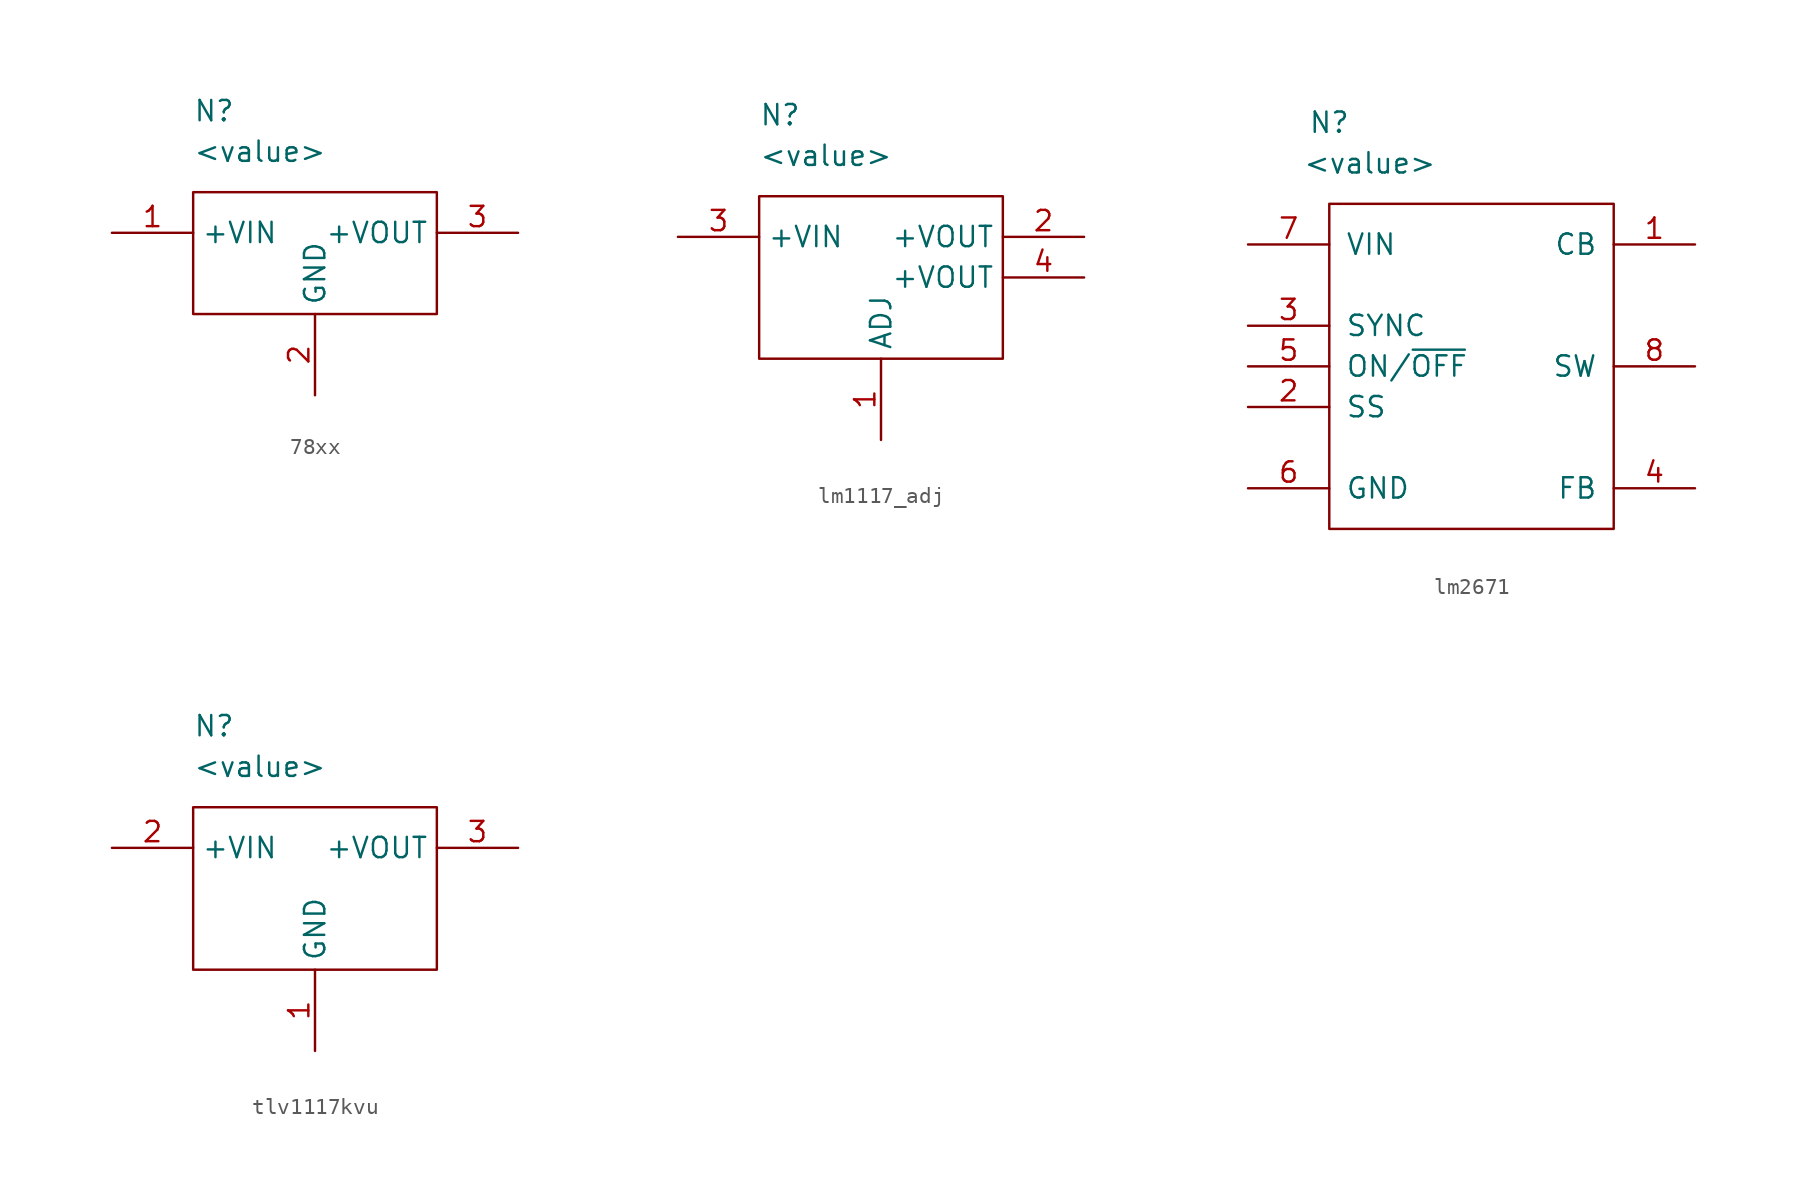
<source format=kicad_sym>
(kicad_symbol_lib
  (version 20231120)
  (generator "kicad_symbol_editor")
  (generator_version "8.0")
  (symbol "78xx"
    (property "Reference" "N"
      (at 5.08 5.08 0)
      (effects (font (size 1.27 1.27)) (justify left)))
    (property "Value" "<value>"
      (at 5.08 2.54 0)
      (effects (font (size 1.27 1.27)) (justify left)))
    (symbol "78xx_0_1"
      (rectangle (start 5.08 0) (end 20.32 -7.62) (stroke (width 0) (type default)) (fill (type none)))
      (pin power_in line (at 0 -2.54 0) (length 5.08) (name "+VIN" (effects (font (size 1.27 1.27)))) (number "1" (effects (font (size 1.27 1.27)))))
      (pin power_in line (at 12.7 -12.7 90) (length 5.08) (name "GND" (effects (font (size 1.27 1.27)))) (number "2" (effects (font (size 1.27 1.27)))))
      (pin power_out line (at 25.4 -2.54 180) (length 5.08) (name "+VOUT" (effects (font (size 1.27 1.27)))) (number "3" (effects (font (size 1.27 1.27)))))))
  (symbol "lm1117_adj"
    (property "Reference" "N"
      (at 5.08 5.08 0)
      (effects (font (size 1.27 1.27)) (justify left)))
    (property "Value" "<value>"
      (at 5.08 2.54 0)
      (effects (font (size 1.27 1.27)) (justify left)))
    (symbol "lm1117_adj_0_1"
      (rectangle (start 5.08 0) (end 20.32 -10.16) (stroke (width 0) (type default)) (fill (type none))))
    (symbol "lm1117_adj_1_1"
      (pin power_in line (at 12.7 -15.24 90) (length 5.08) (name "ADJ" (effects (font (size 1.27 1.27)))) (number "1" (effects (font (size 1.27 1.27)))))
      (pin power_out line (at 25.4 -2.54 180) (length 5.08) (name "+VOUT" (effects (font (size 1.27 1.27)))) (number "2" (effects (font (size 1.27 1.27)))))
      (pin power_in line (at 0 -2.54 0) (length 5.08) (name "+VIN" (effects (font (size 1.27 1.27)))) (number "3" (effects (font (size 1.27 1.27)))))
      (pin power_out line (at 25.4 -5.08 180) (length 5.08) (name "+VOUT" (effects (font (size 1.27 1.27)))) (number "4" (effects (font (size 1.27 1.27)))))))
  (symbol "lm2671"
    (pin_names
      (offset 1))
    (property "Reference" "N"
      (at 5.08 5.08 0)
      (effects (font (size 1.27 1.27))))
    (property "Value" "<value>"
      (at 7.62 2.54 0)
      (effects (font (size 1.27 1.27))))
    (symbol "lm2671_0_1"
      (rectangle (start 5.08 0) (end 22.86 -20.32) (stroke (width 0) (type default)) (fill (type none))))
    (symbol "lm2671_1_1"
      (pin input line (at 27.94 -2.54 180) (length 5.08) (name "CB" (effects (font (size 1.27 1.27)))) (number "1" (effects (font (size 1.27 1.27)))))
      (pin input line (at 0 -12.7 0) (length 5.08) (name "SS" (effects (font (size 1.27 1.27)))) (number "2" (effects (font (size 1.27 1.27)))))
      (pin input line (at 0 -7.62 0) (length 5.08) (name "SYNC" (effects (font (size 1.27 1.27)))) (number "3" (effects (font (size 1.27 1.27)))))
      (pin input line (at 27.94 -17.78 180) (length 5.08) (name "FB" (effects (font (size 1.27 1.27)))) (number "4" (effects (font (size 1.27 1.27)))))
      (pin input line (at 0 -10.16 0) (length 5.08) (name "ON/~{OFF}" (effects (font (size 1.27 1.27)))) (number "5" (effects (font (size 1.27 1.27)))))
      (pin power_in line (at 0 -17.78 0) (length 5.08) (name "GND" (effects (font (size 1.27 1.27)))) (number "6" (effects (font (size 1.27 1.27)))))
      (pin power_in line (at 0 -2.54 0) (length 5.08) (name "VIN" (effects (font (size 1.27 1.27)))) (number "7" (effects (font (size 1.27 1.27)))))
      (pin power_out line (at 27.94 -10.16 180) (length 5.08) (name "SW" (effects (font (size 1.27 1.27)))) (number "8" (effects (font (size 1.27 1.27)))))))
  (symbol "tlv1117kvu"
    (property "Reference" "N"
      (at 5.08 5.08 0)
      (effects (font (size 1.27 1.27)) (justify left)))
    (property "Value" "<value>"
      (at 5.08 2.54 0)
      (effects (font (size 1.27 1.27)) (justify left)))
    (symbol "tlv1117kvu_0_1"
      (rectangle (start 5.08 0) (end 20.32 -10.16) (stroke (width 0) (type default)) (fill (type none))))
    (symbol "tlv1117kvu_1_1"
      (pin power_in line (at 12.7 -15.24 90) (length 5.08) (name "GND" (effects (font (size 1.27 1.27)))) (number "1" (effects (font (size 1.27 1.27)))))
      (pin power_in line (at 0 -2.54 0) (length 5.08) (name "+VIN" (effects (font (size 1.27 1.27)))) (number "2" (effects (font (size 1.27 1.27)))))
      (pin power_out line (at 25.4 -2.54 180) (length 5.08) (name "+VOUT" (effects (font (size 1.27 1.27)))) (number "3" (effects (font (size 1.27 1.27))))))))
</source>
